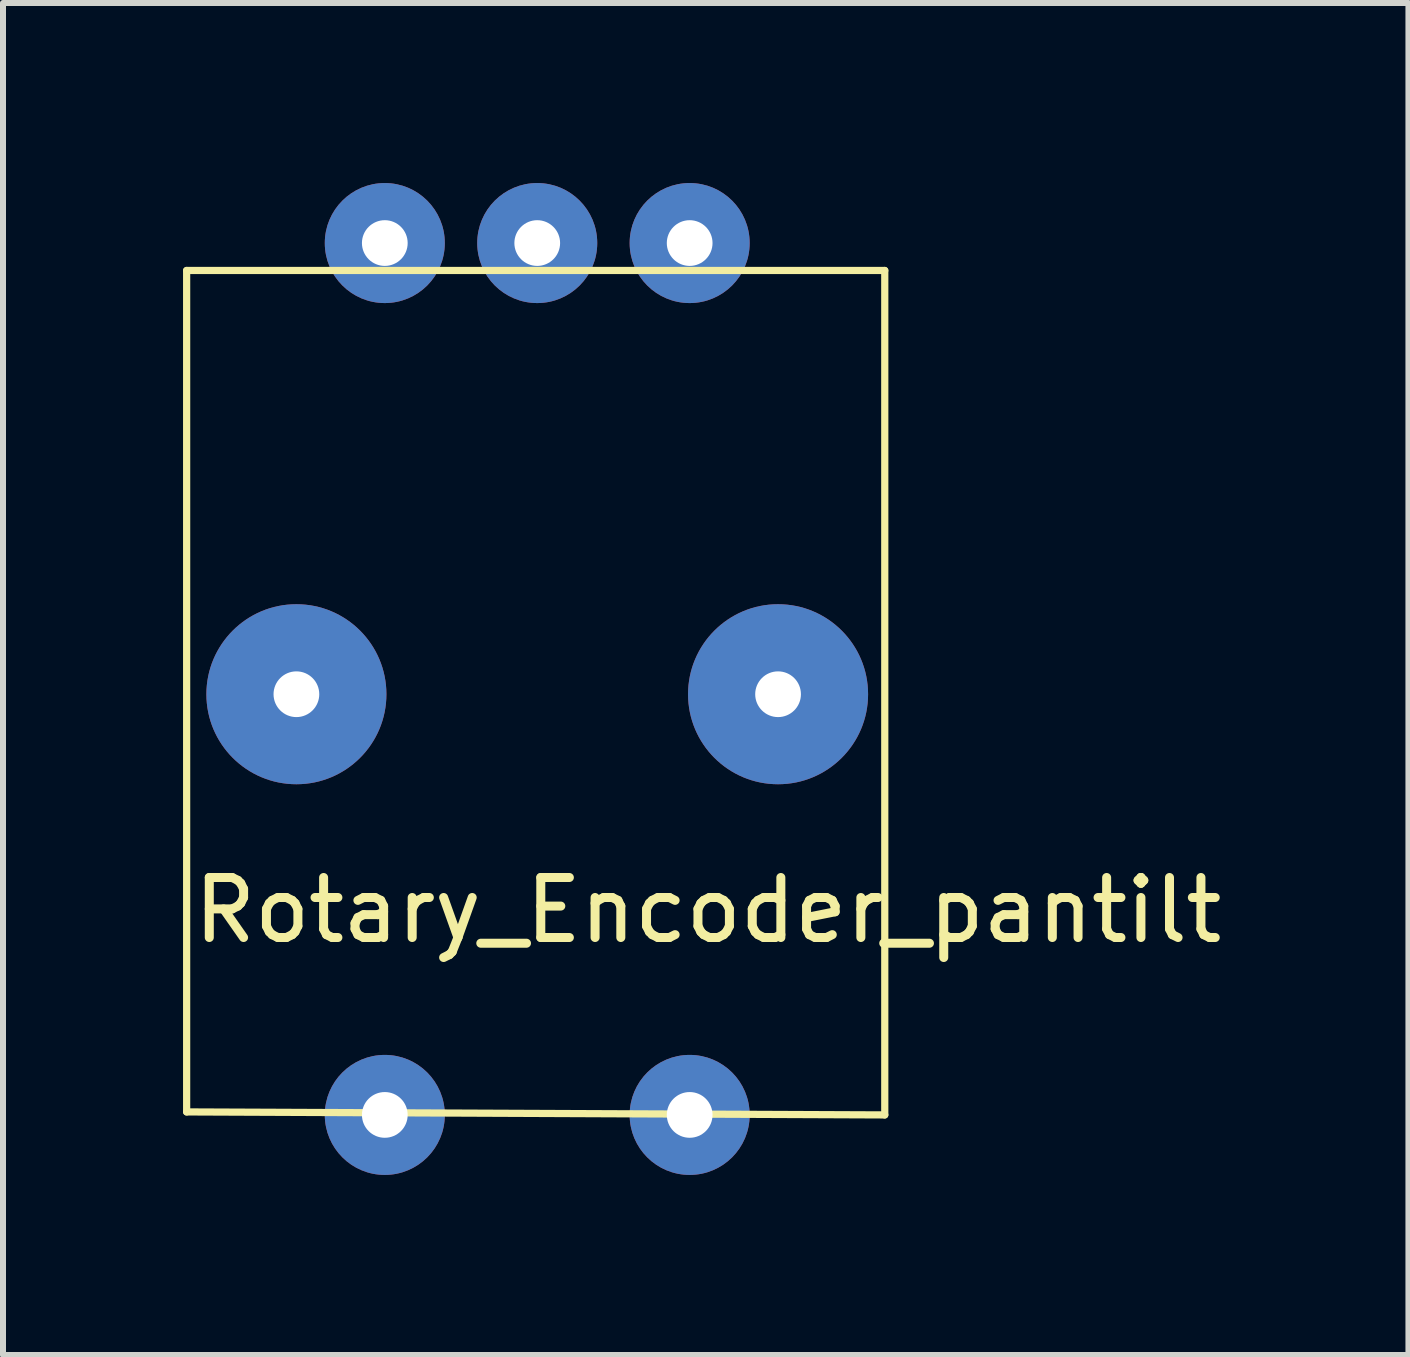
<source format=kicad_pcb>
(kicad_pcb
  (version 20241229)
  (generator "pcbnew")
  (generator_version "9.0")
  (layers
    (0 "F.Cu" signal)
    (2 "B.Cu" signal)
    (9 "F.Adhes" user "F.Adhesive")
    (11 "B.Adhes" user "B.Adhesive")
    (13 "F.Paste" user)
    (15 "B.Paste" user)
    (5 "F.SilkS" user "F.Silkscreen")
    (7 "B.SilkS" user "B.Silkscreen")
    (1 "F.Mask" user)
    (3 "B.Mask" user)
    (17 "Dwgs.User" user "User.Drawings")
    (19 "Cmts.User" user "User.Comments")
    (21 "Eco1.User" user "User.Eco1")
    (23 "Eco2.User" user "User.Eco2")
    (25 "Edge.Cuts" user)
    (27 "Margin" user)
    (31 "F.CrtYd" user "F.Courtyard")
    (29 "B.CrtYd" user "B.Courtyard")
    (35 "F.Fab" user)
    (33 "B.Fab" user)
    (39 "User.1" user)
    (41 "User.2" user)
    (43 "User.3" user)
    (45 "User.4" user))
  (footprint "Rotary_Encoder_pantilt"
    (layer "F.Cu")
    (at 5.902 8.518)
    (property "Reference" "Rotary_Encoder_pantilt" (at 2.845 3.599 0) (layer "F.SilkS") (effects (font (size 1 1) (thickness 0.15))))
    (attr through_hole)
    (fp_line (start -5.842 -7.061) (end -5.842 6.96) (stroke (width 0.12) (type solid)) (layer "F.SilkS"))
    (fp_line (start 5.791 -7.061) (end -5.842 -7.061) (stroke (width 0.12) (type solid)) (layer "F.SilkS"))
    (fp_line (start 5.791 7.01) (end -5.842 6.96) (stroke (width 0.12) (type solid)) (layer "F.SilkS"))
    (fp_line (start 5.791 7.01) (end 5.791 -7.061) (stroke (width 0.12) (type solid)) (layer "F.SilkS"))
    (pad "1" thru_hole circle (at -4.013 0) (size 3 3) (drill 0.762) (layers "*.Cu" "*.Mask"))
    (pad "2" thru_hole circle (at 4.013 0) (size 3 3) (drill 0.762) (layers "*.Cu" "*.Mask"))
    (pad "A" thru_hole circle (at 2.54 -7.518) (size 2 2) (drill 0.762) (layers "*.Cu" "*.Mask"))
    (pad "B" thru_hole circle (at -2.54 -7.518) (size 2 2) (drill 0.762) (layers "*.Cu" "*.Mask"))
    (pad "C" thru_hole circle (at 0 -7.518) (size 2 2) (drill 0.762) (layers "*.Cu" "*.Mask"))
    (pad "S1" thru_hole circle (at -2.54 7.01) (size 2 2) (drill 0.762) (layers "*.Cu" "*.Mask"))
    (pad "S2" thru_hole circle (at 2.54 7.01) (size 2 2) (drill 0.762) (layers "*.Cu" "*.Mask")))
  (gr_rect
    (start -3 -3)
    (end 20.419 19.529)
    (stroke (width 0.1) (type default))
    (fill no)
    (layer "Edge.Cuts")))
</source>
